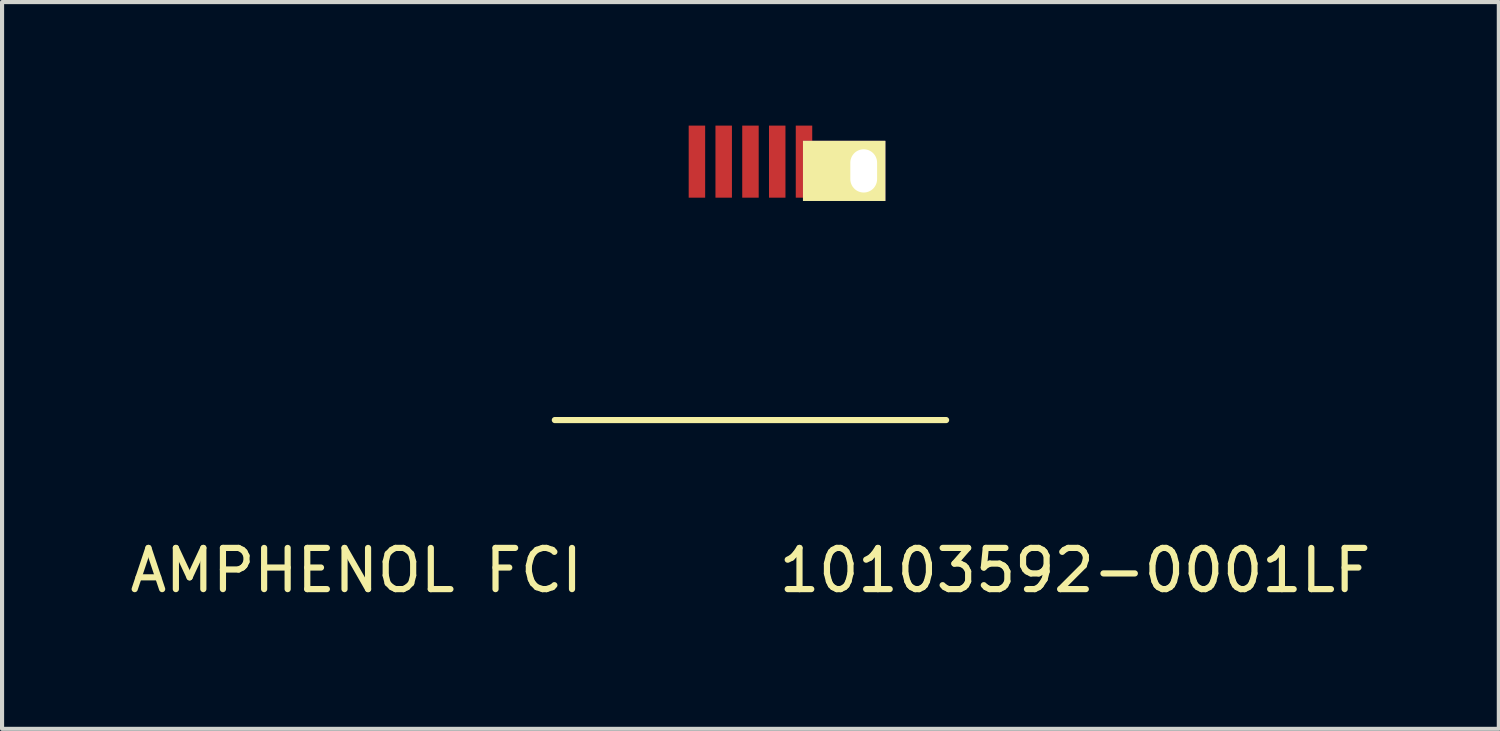
<source format=kicad_pcb>
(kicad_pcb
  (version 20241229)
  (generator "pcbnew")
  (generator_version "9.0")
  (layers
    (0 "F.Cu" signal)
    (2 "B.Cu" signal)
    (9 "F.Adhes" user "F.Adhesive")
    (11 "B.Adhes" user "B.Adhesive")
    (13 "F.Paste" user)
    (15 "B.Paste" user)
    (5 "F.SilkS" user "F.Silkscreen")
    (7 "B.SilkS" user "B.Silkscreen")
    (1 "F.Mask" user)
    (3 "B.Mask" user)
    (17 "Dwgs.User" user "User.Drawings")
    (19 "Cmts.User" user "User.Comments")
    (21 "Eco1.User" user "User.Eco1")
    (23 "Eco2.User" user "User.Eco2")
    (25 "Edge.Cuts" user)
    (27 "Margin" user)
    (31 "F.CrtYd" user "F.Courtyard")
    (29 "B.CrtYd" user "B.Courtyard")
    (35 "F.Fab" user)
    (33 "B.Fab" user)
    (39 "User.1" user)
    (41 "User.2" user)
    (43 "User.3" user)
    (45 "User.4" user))
  (footprint "AMPHENOL FCI 	10103592-0001LF"
    (layer "F.Cu")
    (at 15.173 4.45)
    (property "Reference" "AMPHENOL FCI 	10103592-0001LF" (at 0 6.35 0) (layer "F.SilkS") (effects (font (size 1 1) (thickness 0.15))))
    (attr through_hole)
    (fp_line (start -4.75 2.7) (end 4.75 2.7) (stroke (width 0.15) (type solid)) (layer "F.SilkS"))
    (pad "1" smd rect (at -1.3 -3.575) (size 0.4 1.75) (layers "F.Cu" "F.Mask" "F.Paste"))
    (pad "2" smd rect (at -0.65 -3.575) (size 0.4 1.75) (layers "F.Cu" "F.Mask" "F.Paste"))
    (pad "3" smd rect (at 0 -3.575) (size 0.4 1.75) (layers "F.Cu" "F.Mask" "F.Paste"))
    (pad "4" smd rect (at 0.65 -3.575) (size 0.4 1.75) (layers "F.Cu" "F.Mask" "F.Paste"))
    (pad "5" smd rect (at 1.3 -3.575) (size 0.4 1.75) (layers "F.Cu" "F.Mask" "F.Paste"))
    (pad "6" thru_hole rect (at 2.75 -3.35) (size 2 1.46) (drill oval 0.65 1.05 (offset -0.475 0)) (layers "*.Cu" "*.Mask" "F.SilkS")))
  (gr_rect
    (start -3 -3)
    (end 33.345 14.648)
    (stroke (width 0.1) (type default))
    (fill no)
    (layer "Edge.Cuts")))
</source>
